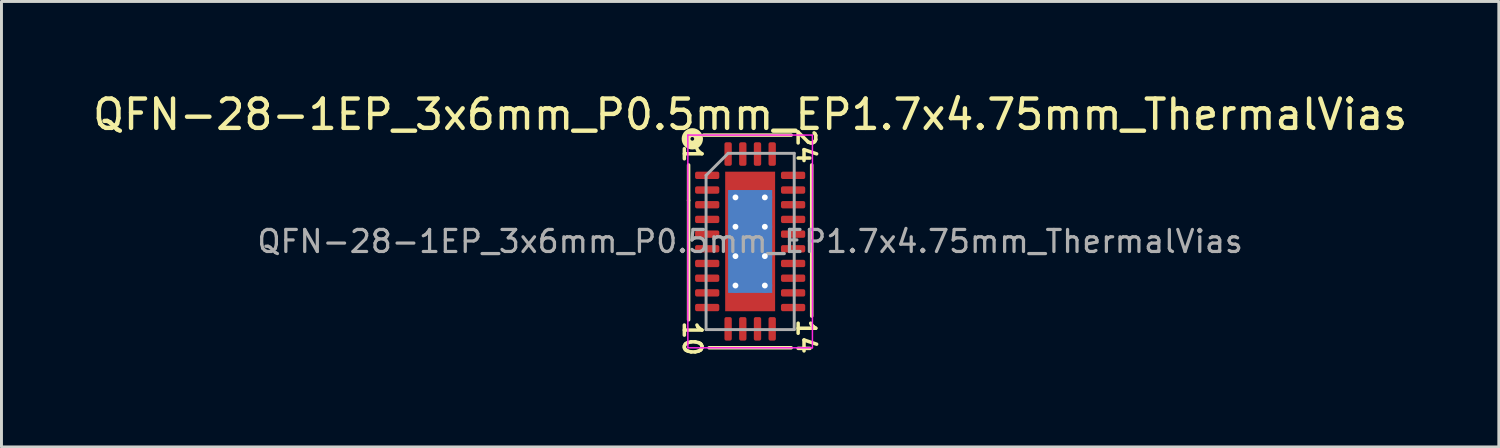
<source format=kicad_pcb>
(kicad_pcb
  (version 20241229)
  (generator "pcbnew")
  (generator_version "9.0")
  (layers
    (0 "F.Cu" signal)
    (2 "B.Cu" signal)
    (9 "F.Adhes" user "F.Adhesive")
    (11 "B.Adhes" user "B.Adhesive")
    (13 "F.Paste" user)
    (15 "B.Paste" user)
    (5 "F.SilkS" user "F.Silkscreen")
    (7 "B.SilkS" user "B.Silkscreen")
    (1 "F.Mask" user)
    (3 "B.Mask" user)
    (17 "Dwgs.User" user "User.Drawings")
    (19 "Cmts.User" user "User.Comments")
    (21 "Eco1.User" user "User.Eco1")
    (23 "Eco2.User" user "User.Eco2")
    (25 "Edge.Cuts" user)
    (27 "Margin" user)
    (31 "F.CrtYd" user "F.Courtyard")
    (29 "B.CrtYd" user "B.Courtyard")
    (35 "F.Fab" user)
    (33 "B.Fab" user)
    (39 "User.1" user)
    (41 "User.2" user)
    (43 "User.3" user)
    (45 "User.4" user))
  (footprint "QFN-28-1EP_3x6mm_P0.5mm_EP1.7x4.75mm_ThermalVias"
    (layer "F.Cu")
    (at 22.482 5.168)
    (property "Reference" "QFN-28-1EP_3x6mm_P0.5mm_EP1.7x4.75mm_ThermalVias" (at 0 -4.32 0) (layer "F.SilkS") (effects (font (size 1 1) (thickness 0.15))))
    (attr smd)
    (fp_line (start -2.095 -2.603) (end -2.095 -1.397) (stroke (width 0.12) (type solid)) (layer "F.SilkS"))
    (fp_line (start -2.095 -1.397) (end -2.095 2.667) (stroke (width 0.12) (type solid)) (layer "F.SilkS"))
    (fp_line (start -1.397 3.619) (end 1.397 3.619) (stroke (width 0.12) (type solid)) (layer "F.SilkS"))
    (fp_line (start 1.397 -3.619) (end -1.587 -3.619) (stroke (width 0.12) (type solid)) (layer "F.SilkS"))
    (fp_line (start 2.095 2.54) (end 2.095 -2.603) (stroke (width 0.12) (type solid)) (layer "F.SilkS"))
    (fp_circle (center -1.968 -3.493) (end -1.905 -3.493) (stroke (width 0.3) (type solid)) (fill no) (layer "F.SilkS"))
    (fp_line (start -2.12 -3.62) (end -2.12 3.62) (stroke (width 0.05) (type solid)) (layer "F.CrtYd"))
    (fp_line (start -2.12 3.62) (end 2.12 3.62) (stroke (width 0.05) (type solid)) (layer "F.CrtYd"))
    (fp_line (start 2.12 -3.62) (end -2.12 -3.62) (stroke (width 0.05) (type solid)) (layer "F.CrtYd"))
    (fp_line (start 2.12 3.62) (end 2.12 -3.62) (stroke (width 0.05) (type solid)) (layer "F.CrtYd"))
    (fp_line (start -1.5 -2.25) (end -0.75 -3) (stroke (width 0.1) (type solid)) (layer "F.Fab"))
    (fp_line (start -1.5 3) (end -1.5 -2.25) (stroke (width 0.1) (type solid)) (layer "F.Fab"))
    (fp_line (start -0.75 -3) (end 1.5 -3) (stroke (width 0.1) (type solid)) (layer "F.Fab"))
    (fp_line (start 1.5 -3) (end 1.5 3) (stroke (width 0.1) (type solid)) (layer "F.Fab"))
    (fp_line (start 1.5 3) (end -1.5 3) (stroke (width 0.1) (type solid)) (layer "F.Fab"))
    (fp_text user "1" (at -1.968 -2.985 270) (unlocked yes) (layer "F.SilkS") (effects (font (size 0.6 0.6) (thickness 0.12))))
    (fp_text user "24" (at 1.905 -3.239 270) (unlocked yes) (layer "F.SilkS") (effects (font (size 0.6 0.6) (thickness 0.12))))
    (fp_text user "10" (at -1.968 3.302 270) (unlocked yes) (layer "F.SilkS") (effects (font (size 0.6 0.6) (thickness 0.12))))
    (fp_text user "14" (at 1.905 3.239 270) (unlocked yes) (layer "F.SilkS") (effects (font (size 0.6 0.6) (thickness 0.12))))
    (fp_text user "${REFERENCE}" (at 0 0 0) (layer "F.Fab") (effects (font (size 0.75 0.75) (thickness 0.11))))
    (pad "" smd custom (at -0.675 -1.938) (size 0.166 0.166) (layers "F.Paste") (options (anchor circle)) (primitives (gr_poly (pts (xy 0.082 0.164) (xy -0.048 0.294) (xy -0.082 0.294) (xy -0.082 -0.294) (xy 0.082 -0.294)) (width 0.118) (fill yes))))
    (pad "" smd custom (at -0.675 -1) (size 0.175 0.175) (layers "F.Paste") (options (anchor circle)) (primitives (gr_poly (pts (xy 0.076 -0.224) (xy 0.076 0.224) (xy -0.038 0.338) (xy -0.076 0.338) (xy -0.076 -0.338) (xy -0.038 -0.338)) (width 0.13) (fill yes))))
    (pad "" smd custom (at -0.675 0) (size 0.175 0.175) (layers "F.Paste") (options (anchor circle)) (primitives (gr_poly (pts (xy 0.076 -0.224) (xy 0.076 0.224) (xy -0.038 0.338) (xy -0.076 0.338) (xy -0.076 -0.338) (xy -0.038 -0.338)) (width 0.13) (fill yes))))
    (pad "" smd custom (at -0.675 1) (size 0.175 0.175) (layers "F.Paste") (options (anchor circle)) (primitives (gr_poly (pts (xy 0.076 -0.224) (xy 0.076 0.224) (xy -0.038 0.338) (xy -0.076 0.338) (xy -0.076 -0.338) (xy -0.038 -0.338)) (width 0.13) (fill yes))))
    (pad "" smd custom (at -0.675 1.938) (size 0.166 0.166) (layers "F.Paste") (options (anchor circle)) (primitives (gr_poly (pts (xy 0.082 -0.164) (xy 0.082 0.294) (xy -0.082 0.294) (xy -0.082 -0.294) (xy -0.048 -0.294)) (width 0.118) (fill yes))))
    (pad "" smd roundrect (at 0 -1.938) (size 0.806 0.705) (layers "F.Paste") (roundrect_rratio 0.25))
    (pad "" smd roundrect (at 0 -1) (size 0.806 0.806) (layers "F.Paste") (roundrect_rratio 0.25))
    (pad "" smd roundrect (at 0 0) (size 0.806 0.806) (layers "F.Paste") (roundrect_rratio 0.25))
    (pad "" smd roundrect (at 0 1) (size 0.806 0.806) (layers "F.Paste") (roundrect_rratio 0.25))
    (pad "" smd roundrect (at 0 1.938) (size 0.806 0.705) (layers "F.Paste") (roundrect_rratio 0.25))
    (pad "" smd custom (at 0.675 -1.938) (size 0.166 0.166) (layers "F.Paste") (options (anchor circle)) (primitives (gr_poly (pts (xy 0.082 0.294) (xy 0.048 0.294) (xy -0.082 0.164) (xy -0.082 -0.294) (xy 0.082 -0.294)) (width 0.118) (fill yes))))
    (pad "" smd custom (at 0.675 -1) (size 0.175 0.175) (layers "F.Paste") (options (anchor circle)) (primitives (gr_poly (pts (xy 0.076 0.338) (xy 0.038 0.338) (xy -0.076 0.224) (xy -0.076 -0.224) (xy 0.038 -0.338) (xy 0.076 -0.338)) (width 0.13) (fill yes))))
    (pad "" smd custom (at 0.675 0) (size 0.175 0.175) (layers "F.Paste") (options (anchor circle)) (primitives (gr_poly (pts (xy 0.076 0.338) (xy 0.038 0.338) (xy -0.076 0.224) (xy -0.076 -0.224) (xy 0.038 -0.338) (xy 0.076 -0.338)) (width 0.13) (fill yes))))
    (pad "" smd custom (at 0.675 1) (size 0.175 0.175) (layers "F.Paste") (options (anchor circle)) (primitives (gr_poly (pts (xy 0.076 0.338) (xy 0.038 0.338) (xy -0.076 0.224) (xy -0.076 -0.224) (xy 0.038 -0.338) (xy 0.076 -0.338)) (width 0.13) (fill yes))))
    (pad "" smd custom (at 0.675 1.938) (size 0.166 0.166) (layers "F.Paste") (options (anchor circle)) (primitives (gr_poly (pts (xy 0.082 0.294) (xy -0.082 0.294) (xy -0.082 -0.164) (xy 0.048 -0.294) (xy 0.082 -0.294)) (width 0.118) (fill yes))))
    (pad "1" smd roundrect (at -1.462 -2.25) (size 0.825 0.25) (layers "F.Cu" "F.Mask" "F.Paste") (roundrect_rratio 0.25))
    (pad "2" smd roundrect (at -1.462 -1.75) (size 0.825 0.25) (layers "F.Cu" "F.Mask" "F.Paste") (roundrect_rratio 0.25))
    (pad "3" smd roundrect (at -1.462 -1.25) (size 0.825 0.25) (layers "F.Cu" "F.Mask" "F.Paste") (roundrect_rratio 0.25))
    (pad "4" smd roundrect (at -1.462 -0.75) (size 0.825 0.25) (layers "F.Cu" "F.Mask" "F.Paste") (roundrect_rratio 0.25))
    (pad "5" smd roundrect (at -1.462 -0.25) (size 0.825 0.25) (layers "F.Cu" "F.Mask" "F.Paste") (roundrect_rratio 0.25))
    (pad "6" smd roundrect (at -1.462 0.25) (size 0.825 0.25) (layers "F.Cu" "F.Mask" "F.Paste") (roundrect_rratio 0.25))
    (pad "7" smd roundrect (at -1.462 0.75) (size 0.825 0.25) (layers "F.Cu" "F.Mask" "F.Paste") (roundrect_rratio 0.25))
    (pad "8" smd roundrect (at -1.462 1.25) (size 0.825 0.25) (layers "F.Cu" "F.Mask" "F.Paste") (roundrect_rratio 0.25))
    (pad "9" smd roundrect (at -1.462 1.75) (size 0.825 0.25) (layers "F.Cu" "F.Mask" "F.Paste") (roundrect_rratio 0.25))
    (pad "10" smd roundrect (at -1.462 2.25) (size 0.825 0.25) (layers "F.Cu" "F.Mask" "F.Paste") (roundrect_rratio 0.25))
    (pad "11" smd roundrect (at -0.75 2.975) (size 0.25 0.8) (layers "F.Cu" "F.Mask" "F.Paste") (roundrect_rratio 0.25))
    (pad "12" smd roundrect (at -0.25 2.975) (size 0.25 0.8) (layers "F.Cu" "F.Mask" "F.Paste") (roundrect_rratio 0.25))
    (pad "13" smd roundrect (at 0.25 2.975) (size 0.25 0.8) (layers "F.Cu" "F.Mask" "F.Paste") (roundrect_rratio 0.25))
    (pad "14" smd roundrect (at 0.75 2.975) (size 0.25 0.8) (layers "F.Cu" "F.Mask" "F.Paste") (roundrect_rratio 0.25))
    (pad "15" smd roundrect (at 1.462 2.25) (size 0.825 0.25) (layers "F.Cu" "F.Mask" "F.Paste") (roundrect_rratio 0.25))
    (pad "16" smd roundrect (at 1.462 1.75) (size 0.825 0.25) (layers "F.Cu" "F.Mask" "F.Paste") (roundrect_rratio 0.25))
    (pad "17" smd roundrect (at 1.462 1.25) (size 0.825 0.25) (layers "F.Cu" "F.Mask" "F.Paste") (roundrect_rratio 0.25))
    (pad "18" smd roundrect (at 1.462 0.75) (size 0.825 0.25) (layers "F.Cu" "F.Mask" "F.Paste") (roundrect_rratio 0.25))
    (pad "19" smd roundrect (at 1.462 0.25) (size 0.825 0.25) (layers "F.Cu" "F.Mask" "F.Paste") (roundrect_rratio 0.25))
    (pad "20" smd roundrect (at 1.462 -0.25) (size 0.825 0.25) (layers "F.Cu" "F.Mask" "F.Paste") (roundrect_rratio 0.25))
    (pad "21" smd roundrect (at 1.462 -0.75) (size 0.825 0.25) (layers "F.Cu" "F.Mask" "F.Paste") (roundrect_rratio 0.25))
    (pad "22" smd roundrect (at 1.462 -1.25) (size 0.825 0.25) (layers "F.Cu" "F.Mask" "F.Paste") (roundrect_rratio 0.25))
    (pad "23" smd roundrect (at 1.462 -1.75) (size 0.825 0.25) (layers "F.Cu" "F.Mask" "F.Paste") (roundrect_rratio 0.25))
    (pad "24" smd roundrect (at 1.462 -2.25) (size 0.825 0.25) (layers "F.Cu" "F.Mask" "F.Paste") (roundrect_rratio 0.25))
    (pad "25" smd roundrect (at 0.75 -2.975) (size 0.25 0.8) (layers "F.Cu" "F.Mask" "F.Paste") (roundrect_rratio 0.25))
    (pad "26" smd roundrect (at 0.25 -2.975) (size 0.25 0.8) (layers "F.Cu" "F.Mask" "F.Paste") (roundrect_rratio 0.25))
    (pad "27" smd roundrect (at -0.25 -2.975) (size 0.25 0.8) (layers "F.Cu" "F.Mask" "F.Paste") (roundrect_rratio 0.25))
    (pad "28" smd roundrect (at -0.75 -2.975) (size 0.25 0.8) (layers "F.Cu" "F.Mask" "F.Paste") (roundrect_rratio 0.25))
    (pad "29" thru_hole circle (at -0.5 -1.5) (size 0.5 0.5) (drill 0.2) (layers "*.Cu"))
    (pad "29" thru_hole circle (at -0.5 -0.5) (size 0.5 0.5) (drill 0.2) (layers "*.Cu"))
    (pad "29" thru_hole circle (at -0.5 0.5) (size 0.5 0.5) (drill 0.2) (layers "*.Cu"))
    (pad "29" thru_hole circle (at -0.5 1.5) (size 0.5 0.5) (drill 0.2) (layers "*.Cu"))
    (pad "29" smd rect (at 0 0) (size 1.5 3.5) (layers "B.Cu" "B.Mask"))
    (pad "29" smd rect (at 0 0) (size 1.7 4.75) (layers "F.Cu" "F.Mask"))
    (pad "29" thru_hole circle (at 0.5 -1.5) (size 0.5 0.5) (drill 0.2) (layers "*.Cu"))
    (pad "29" thru_hole circle (at 0.5 -0.5) (size 0.5 0.5) (drill 0.2) (layers "*.Cu"))
    (pad "29" thru_hole circle (at 0.5 0.5) (size 0.5 0.5) (drill 0.2) (layers "*.Cu"))
    (pad "29" thru_hole circle (at 0.5 1.5) (size 0.5 0.5) (drill 0.2) (layers "*.Cu")))
  (gr_rect
    (start -3 -3)
    (end 47.964 12.162)
    (stroke (width 0.1) (type default))
    (fill no)
    (layer "Edge.Cuts")))
</source>
